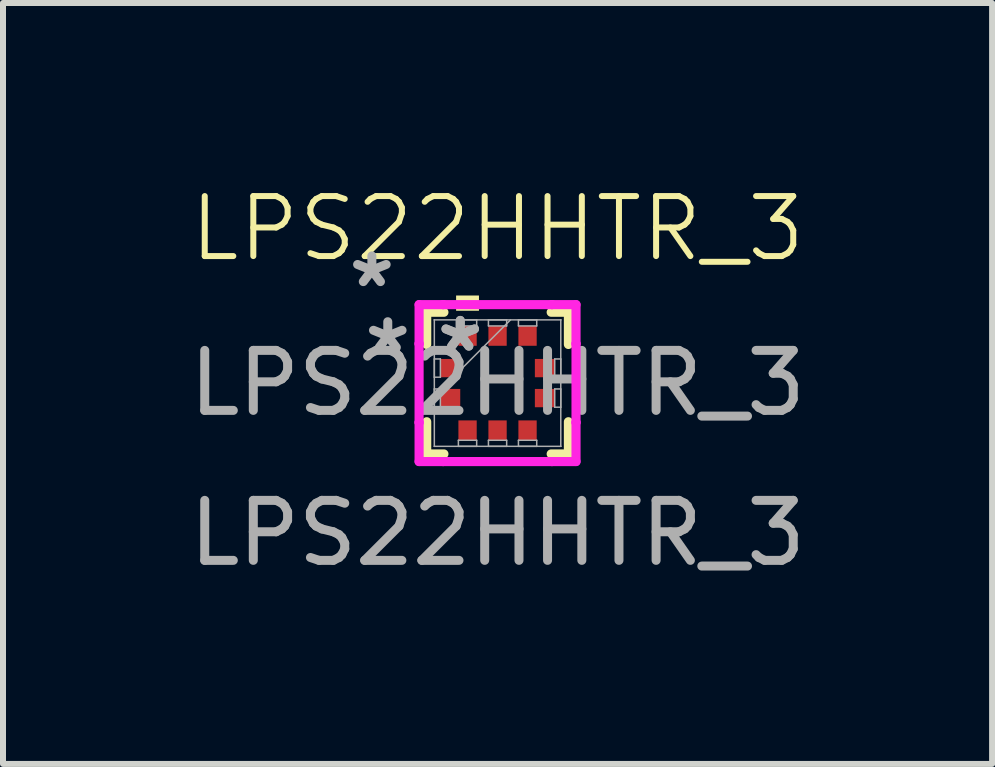
<source format=kicad_pcb>
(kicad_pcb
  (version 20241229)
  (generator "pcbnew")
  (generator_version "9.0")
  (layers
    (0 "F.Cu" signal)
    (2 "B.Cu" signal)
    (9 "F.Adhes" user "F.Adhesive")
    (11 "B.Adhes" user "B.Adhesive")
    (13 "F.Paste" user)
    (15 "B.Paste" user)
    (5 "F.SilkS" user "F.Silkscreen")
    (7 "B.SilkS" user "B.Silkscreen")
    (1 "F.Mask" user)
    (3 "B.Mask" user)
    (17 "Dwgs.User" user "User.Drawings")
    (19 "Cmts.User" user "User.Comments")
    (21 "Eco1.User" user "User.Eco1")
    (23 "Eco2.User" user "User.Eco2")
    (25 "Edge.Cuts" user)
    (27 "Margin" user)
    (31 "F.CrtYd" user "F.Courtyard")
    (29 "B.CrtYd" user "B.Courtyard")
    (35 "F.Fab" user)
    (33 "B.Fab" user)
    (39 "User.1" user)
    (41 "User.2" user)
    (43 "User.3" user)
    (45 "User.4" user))
  (footprint "LPS22HHTR_3"
    (layer "F.Cu")
    (at 5.244 3.336)
    (property "Reference" "LPS22HHTR_3" (at 0 -2.575 0) (unlocked yes) (layer "F.SilkS") (effects (font (size 1 1) (thickness 0.1))))
    (attr smd)
    (fp_line (start -1.181 -1.181) (end -1.181 -0.644) (stroke (width 0.152) (type solid)) (layer "F.SilkS"))
    (fp_line (start -1.181 0.644) (end -1.181 1.181) (stroke (width 0.152) (type solid)) (layer "F.SilkS"))
    (fp_line (start -1.181 1.181) (end -0.894 1.181) (stroke (width 0.152) (type solid)) (layer "F.SilkS"))
    (fp_line (start -0.894 -1.181) (end -1.181 -1.181) (stroke (width 0.152) (type solid)) (layer "F.SilkS"))
    (fp_line (start 0.894 1.181) (end 1.181 1.181) (stroke (width 0.152) (type solid)) (layer "F.SilkS"))
    (fp_line (start 1.181 -1.181) (end 0.894 -1.181) (stroke (width 0.152) (type solid)) (layer "F.SilkS"))
    (fp_line (start 1.181 -0.644) (end 1.181 -1.181) (stroke (width 0.152) (type solid)) (layer "F.SilkS"))
    (fp_line (start 1.181 1.181) (end 1.181 0.644) (stroke (width 0.152) (type solid)) (layer "F.SilkS"))
    (fp_poly (pts (xy -0.691 -1.206) (xy -0.691 -1.46) (xy -0.31 -1.46) (xy -0.31 -1.206)) (stroke (width 0) (type solid)) (fill yes) (layer "F.SilkS"))
    (fp_line (start -1.308 -1.308) (end -0.907 -1.308) (stroke (width 0.152) (type solid)) (layer "F.CrtYd"))
    (fp_line (start -1.308 -0.656) (end -1.308 -1.308) (stroke (width 0.152) (type solid)) (layer "F.CrtYd"))
    (fp_line (start -1.308 -0.656) (end -1.308 -0.656) (stroke (width 0.152) (type solid)) (layer "F.CrtYd"))
    (fp_line (start -1.308 0.656) (end -1.308 -0.656) (stroke (width 0.152) (type solid)) (layer "F.CrtYd"))
    (fp_line (start -1.308 0.656) (end -1.308 0.656) (stroke (width 0.152) (type solid)) (layer "F.CrtYd"))
    (fp_line (start -1.308 1.308) (end -1.308 0.656) (stroke (width 0.152) (type solid)) (layer "F.CrtYd"))
    (fp_line (start -0.907 -1.308) (end -0.907 -1.308) (stroke (width 0.152) (type solid)) (layer "F.CrtYd"))
    (fp_line (start -0.907 -1.308) (end 0.907 -1.308) (stroke (width 0.152) (type solid)) (layer "F.CrtYd"))
    (fp_line (start -0.907 1.308) (end -1.308 1.308) (stroke (width 0.152) (type solid)) (layer "F.CrtYd"))
    (fp_line (start -0.907 1.308) (end -0.907 1.308) (stroke (width 0.152) (type solid)) (layer "F.CrtYd"))
    (fp_line (start 0.907 -1.308) (end 0.907 -1.308) (stroke (width 0.152) (type solid)) (layer "F.CrtYd"))
    (fp_line (start 0.907 -1.308) (end 1.308 -1.308) (stroke (width 0.152) (type solid)) (layer "F.CrtYd"))
    (fp_line (start 0.907 1.308) (end -0.907 1.308) (stroke (width 0.152) (type solid)) (layer "F.CrtYd"))
    (fp_line (start 0.907 1.308) (end 0.907 1.308) (stroke (width 0.152) (type solid)) (layer "F.CrtYd"))
    (fp_line (start 1.308 -1.308) (end 1.308 -0.656) (stroke (width 0.152) (type solid)) (layer "F.CrtYd"))
    (fp_line (start 1.308 -0.656) (end 1.308 -0.656) (stroke (width 0.152) (type solid)) (layer "F.CrtYd"))
    (fp_line (start 1.308 -0.656) (end 1.308 0.656) (stroke (width 0.152) (type solid)) (layer "F.CrtYd"))
    (fp_line (start 1.308 0.656) (end 1.308 0.656) (stroke (width 0.152) (type solid)) (layer "F.CrtYd"))
    (fp_line (start 1.308 0.656) (end 1.308 1.308) (stroke (width 0.152) (type solid)) (layer "F.CrtYd"))
    (fp_line (start 1.308 1.308) (end 0.907 1.308) (stroke (width 0.152) (type solid)) (layer "F.CrtYd"))
    (fp_line (start -1.054 -1.054) (end -1.054 -1.054) (stroke (width 0.025) (type solid)) (layer "F.Fab"))
    (fp_line (start -1.054 -1.054) (end -1.054 1.054) (stroke (width 0.025) (type solid)) (layer "F.Fab"))
    (fp_line (start -1.054 -0.402) (end -0.953 -0.402) (stroke (width 0.025) (type solid)) (layer "F.Fab"))
    (fp_line (start -1.054 -0.098) (end -1.054 -0.402) (stroke (width 0.025) (type solid)) (layer "F.Fab"))
    (fp_line (start -1.054 0.098) (end -0.953 0.098) (stroke (width 0.025) (type solid)) (layer "F.Fab"))
    (fp_line (start -1.054 0.216) (end 0.216 -1.054) (stroke (width 0.025) (type solid)) (layer "F.Fab"))
    (fp_line (start -1.054 0.402) (end -1.054 0.098) (stroke (width 0.025) (type solid)) (layer "F.Fab"))
    (fp_line (start -1.054 1.054) (end -1.054 1.054) (stroke (width 0.025) (type solid)) (layer "F.Fab"))
    (fp_line (start -1.054 1.054) (end 1.054 1.054) (stroke (width 0.025) (type solid)) (layer "F.Fab"))
    (fp_line (start -0.953 -0.402) (end -0.953 -0.098) (stroke (width 0.025) (type solid)) (layer "F.Fab"))
    (fp_line (start -0.953 -0.098) (end -1.054 -0.098) (stroke (width 0.025) (type solid)) (layer "F.Fab"))
    (fp_line (start -0.953 0.098) (end -0.953 0.402) (stroke (width 0.025) (type solid)) (layer "F.Fab"))
    (fp_line (start -0.953 0.402) (end -1.054 0.402) (stroke (width 0.025) (type solid)) (layer "F.Fab"))
    (fp_line (start -0.653 -1.054) (end -0.348 -1.054) (stroke (width 0.025) (type solid)) (layer "F.Fab"))
    (fp_line (start -0.653 -0.953) (end -0.653 -1.054) (stroke (width 0.025) (type solid)) (layer "F.Fab"))
    (fp_line (start -0.653 0.953) (end -0.348 0.953) (stroke (width 0.025) (type solid)) (layer "F.Fab"))
    (fp_line (start -0.653 1.054) (end -0.653 0.953) (stroke (width 0.025) (type solid)) (layer "F.Fab"))
    (fp_line (start -0.348 -1.054) (end -0.348 -0.953) (stroke (width 0.025) (type solid)) (layer "F.Fab"))
    (fp_line (start -0.348 -0.953) (end -0.653 -0.953) (stroke (width 0.025) (type solid)) (layer "F.Fab"))
    (fp_line (start -0.348 0.953) (end -0.348 1.054) (stroke (width 0.025) (type solid)) (layer "F.Fab"))
    (fp_line (start -0.348 1.054) (end -0.653 1.054) (stroke (width 0.025) (type solid)) (layer "F.Fab"))
    (fp_line (start -0.152 -1.054) (end 0.152 -1.054) (stroke (width 0.025) (type solid)) (layer "F.Fab"))
    (fp_line (start -0.152 -0.953) (end -0.152 -1.054) (stroke (width 0.025) (type solid)) (layer "F.Fab"))
    (fp_line (start -0.152 0.953) (end 0.152 0.953) (stroke (width 0.025) (type solid)) (layer "F.Fab"))
    (fp_line (start -0.152 1.054) (end -0.152 0.953) (stroke (width 0.025) (type solid)) (layer "F.Fab"))
    (fp_line (start 0.152 -1.054) (end 0.152 -0.953) (stroke (width 0.025) (type solid)) (layer "F.Fab"))
    (fp_line (start 0.152 -0.953) (end -0.152 -0.953) (stroke (width 0.025) (type solid)) (layer "F.Fab"))
    (fp_line (start 0.152 0.953) (end 0.152 1.054) (stroke (width 0.025) (type solid)) (layer "F.Fab"))
    (fp_line (start 0.152 1.054) (end -0.152 1.054) (stroke (width 0.025) (type solid)) (layer "F.Fab"))
    (fp_line (start 0.348 -1.054) (end 0.653 -1.054) (stroke (width 0.025) (type solid)) (layer "F.Fab"))
    (fp_line (start 0.348 -0.953) (end 0.348 -1.054) (stroke (width 0.025) (type solid)) (layer "F.Fab"))
    (fp_line (start 0.348 0.953) (end 0.653 0.953) (stroke (width 0.025) (type solid)) (layer "F.Fab"))
    (fp_line (start 0.348 1.054) (end 0.348 0.953) (stroke (width 0.025) (type solid)) (layer "F.Fab"))
    (fp_line (start 0.653 -1.054) (end 0.653 -0.953) (stroke (width 0.025) (type solid)) (layer "F.Fab"))
    (fp_line (start 0.653 -0.953) (end 0.348 -0.953) (stroke (width 0.025) (type solid)) (layer "F.Fab"))
    (fp_line (start 0.653 0.953) (end 0.653 1.054) (stroke (width 0.025) (type solid)) (layer "F.Fab"))
    (fp_line (start 0.653 1.054) (end 0.348 1.054) (stroke (width 0.025) (type solid)) (layer "F.Fab"))
    (fp_line (start 0.953 -0.402) (end 1.054 -0.402) (stroke (width 0.025) (type solid)) (layer "F.Fab"))
    (fp_line (start 0.953 -0.098) (end 0.953 -0.402) (stroke (width 0.025) (type solid)) (layer "F.Fab"))
    (fp_line (start 0.953 0.098) (end 1.054 0.098) (stroke (width 0.025) (type solid)) (layer "F.Fab"))
    (fp_line (start 0.953 0.402) (end 0.953 0.098) (stroke (width 0.025) (type solid)) (layer "F.Fab"))
    (fp_line (start 1.054 -1.054) (end -1.054 -1.054) (stroke (width 0.025) (type solid)) (layer "F.Fab"))
    (fp_line (start 1.054 -1.054) (end 1.054 -1.054) (stroke (width 0.025) (type solid)) (layer "F.Fab"))
    (fp_line (start 1.054 -0.402) (end 1.054 -0.098) (stroke (width 0.025) (type solid)) (layer "F.Fab"))
    (fp_line (start 1.054 -0.098) (end 0.953 -0.098) (stroke (width 0.025) (type solid)) (layer "F.Fab"))
    (fp_line (start 1.054 0.098) (end 1.054 0.402) (stroke (width 0.025) (type solid)) (layer "F.Fab"))
    (fp_line (start 1.054 0.402) (end 0.953 0.402) (stroke (width 0.025) (type solid)) (layer "F.Fab"))
    (fp_line (start 1.054 1.054) (end 1.054 -1.054) (stroke (width 0.025) (type solid)) (layer "F.Fab"))
    (fp_line (start 1.054 1.054) (end 1.054 1.054) (stroke (width 0.025) (type solid)) (layer "F.Fab"))
    (fp_text user "*" (at -2.095 -1.575 0) (unlocked yes) (layer "F.Fab") (effects (font (size 1 1) (thickness 0.15))))
    (fp_text user "*" (at -0.622 -0.5 0) (unlocked yes) (layer "F.Fab") (effects (font (size 1 1) (thickness 0.15))))
    (fp_text user "*" (at -1.83 -0.478 0) (layer "F.Fab") (effects (font (size 1 1) (thickness 0.15))))
    (fp_text user "*" (at -0.622 -0.5 0) (layer "F.Fab") (effects (font (size 1 1) (thickness 0.15))))
    (fp_text user "${REFERENCE}" (at 0 2.5 0) (unlocked yes) (layer "F.Fab") (effects (font (size 1 1) (thickness 0.15))))
    (fp_text user "${REFERENCE}" (at 0 0 0) (unlocked yes) (layer "F.Fab") (effects (font (size 1 1) (thickness 0.15))))
    (pad "1" smd rect (at -0.787 -0.25 90) (size 0.305 0.33) (layers "F.Cu" "F.Mask" "F.Paste"))
    (pad "2" smd rect (at -0.787 0.25 90) (size 0.305 0.33) (layers "F.Cu" "F.Mask" "F.Paste"))
    (pad "3" smd rect (at -0.5 0.787) (size 0.305 0.33) (layers "F.Cu" "F.Mask" "F.Paste"))
    (pad "4" smd rect (at 0 0.787) (size 0.305 0.33) (layers "F.Cu" "F.Mask" "F.Paste"))
    (pad "5" smd rect (at 0.5 0.787) (size 0.305 0.33) (layers "F.Cu" "F.Mask" "F.Paste"))
    (pad "6" smd rect (at 0.787 0.25 90) (size 0.305 0.33) (layers "F.Cu" "F.Mask" "F.Paste"))
    (pad "7" smd rect (at 0.787 -0.25 90) (size 0.305 0.33) (layers "F.Cu" "F.Mask" "F.Paste"))
    (pad "8" smd rect (at 0.5 -0.787) (size 0.305 0.33) (layers "F.Cu" "F.Mask" "F.Paste"))
    (pad "9" smd rect (at 0 -0.787) (size 0.305 0.33) (layers "F.Cu" "F.Mask" "F.Paste"))
    (pad "10" smd rect (at -0.5 -0.787) (size 0.305 0.33) (layers "F.Cu" "F.Mask" "F.Paste")))
  (gr_rect
    (start -3 -3)
    (end 13.488 9.684)
    (stroke (width 0.1) (type default))
    (fill no)
    (layer "Edge.Cuts")))
</source>
